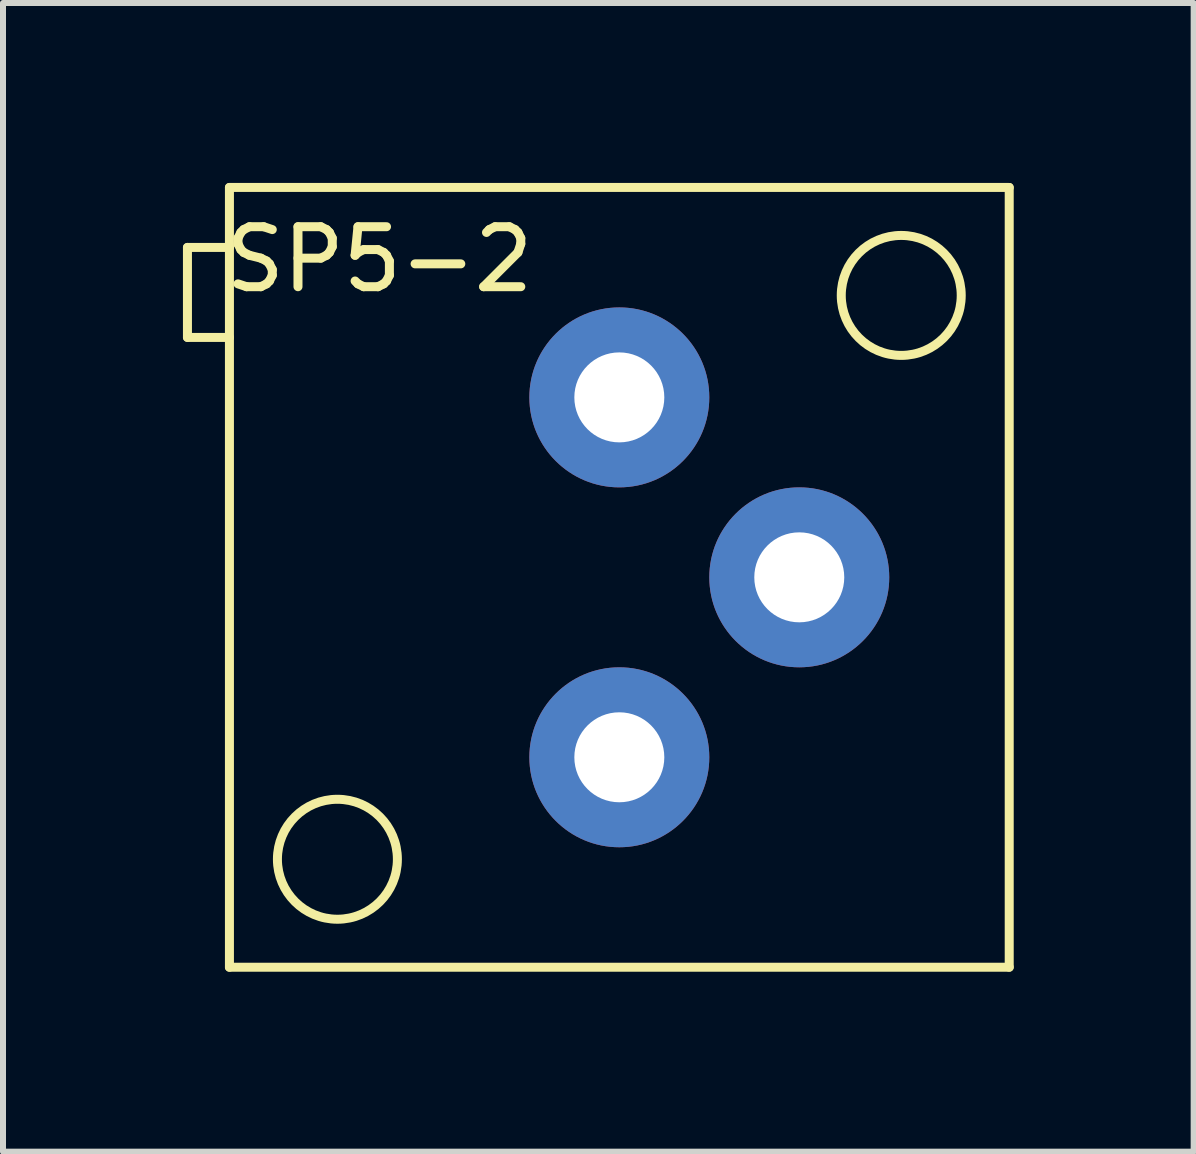
<source format=kicad_pcb>
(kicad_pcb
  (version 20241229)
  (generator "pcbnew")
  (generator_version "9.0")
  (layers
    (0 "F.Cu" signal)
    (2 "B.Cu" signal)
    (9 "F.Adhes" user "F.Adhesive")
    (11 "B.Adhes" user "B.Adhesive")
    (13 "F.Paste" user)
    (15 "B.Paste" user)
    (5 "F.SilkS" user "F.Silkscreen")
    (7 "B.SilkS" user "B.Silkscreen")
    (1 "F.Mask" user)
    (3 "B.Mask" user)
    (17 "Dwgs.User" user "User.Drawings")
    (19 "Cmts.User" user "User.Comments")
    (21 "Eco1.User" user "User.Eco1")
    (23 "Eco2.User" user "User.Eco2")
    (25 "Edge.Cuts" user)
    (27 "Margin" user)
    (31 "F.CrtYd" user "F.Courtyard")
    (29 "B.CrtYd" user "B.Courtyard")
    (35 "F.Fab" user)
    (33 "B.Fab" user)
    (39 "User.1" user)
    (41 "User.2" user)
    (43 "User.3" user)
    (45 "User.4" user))
  (footprint "SP5-2"
    (layer "F.Cu")
    (at 7.275 6.575)
    (property "Reference" "SP5-2" (at -4 -5.3 0) (layer "F.SilkS") (effects (font (size 1 1) (thickness 0.15))))
    (attr through_hole)
    (fp_line (start -7.2 -5.5) (end -7.2 -4) (stroke (width 0.15) (type solid)) (layer "F.SilkS"))
    (fp_line (start -7.2 -4) (end -6.5 -4) (stroke (width 0.15) (type solid)) (layer "F.SilkS"))
    (fp_line (start -6.5 -6.5) (end -6.5 6.5) (stroke (width 0.15) (type solid)) (layer "F.SilkS"))
    (fp_line (start -6.5 -5.5) (end -7.2 -5.5) (stroke (width 0.15) (type solid)) (layer "F.SilkS"))
    (fp_line (start -6.5 6.5) (end 6.5 6.5) (stroke (width 0.15) (type solid)) (layer "F.SilkS"))
    (fp_line (start 6.5 -6.5) (end -6.5 -6.5) (stroke (width 0.15) (type solid)) (layer "F.SilkS"))
    (fp_line (start 6.5 6.5) (end 6.5 -6.5) (stroke (width 0.15) (type solid)) (layer "F.SilkS"))
    (fp_circle (center -4.7 4.7) (end -3.7 4.7) (stroke (width 0.15) (type solid)) (fill no) (layer "F.SilkS"))
    (fp_circle (center 4.7 -4.7) (end 5.7 -4.7) (stroke (width 0.15) (type solid)) (fill no) (layer "F.SilkS"))
    (pad "1" thru_hole circle (at 0 -3) (size 3 3) (drill 1.5) (layers "*.Cu" "*.Mask"))
    (pad "2" thru_hole circle (at 3 0) (size 3 3) (drill 1.5) (layers "*.Cu" "*.Mask"))
    (pad "3" thru_hole circle (at 0 3) (size 3 3) (drill 1.5) (layers "*.Cu" "*.Mask")))
  (gr_rect
    (start -3 -3)
    (end 16.85 16.15)
    (stroke (width 0.1) (type default))
    (fill no)
    (layer "Edge.Cuts")))
</source>
